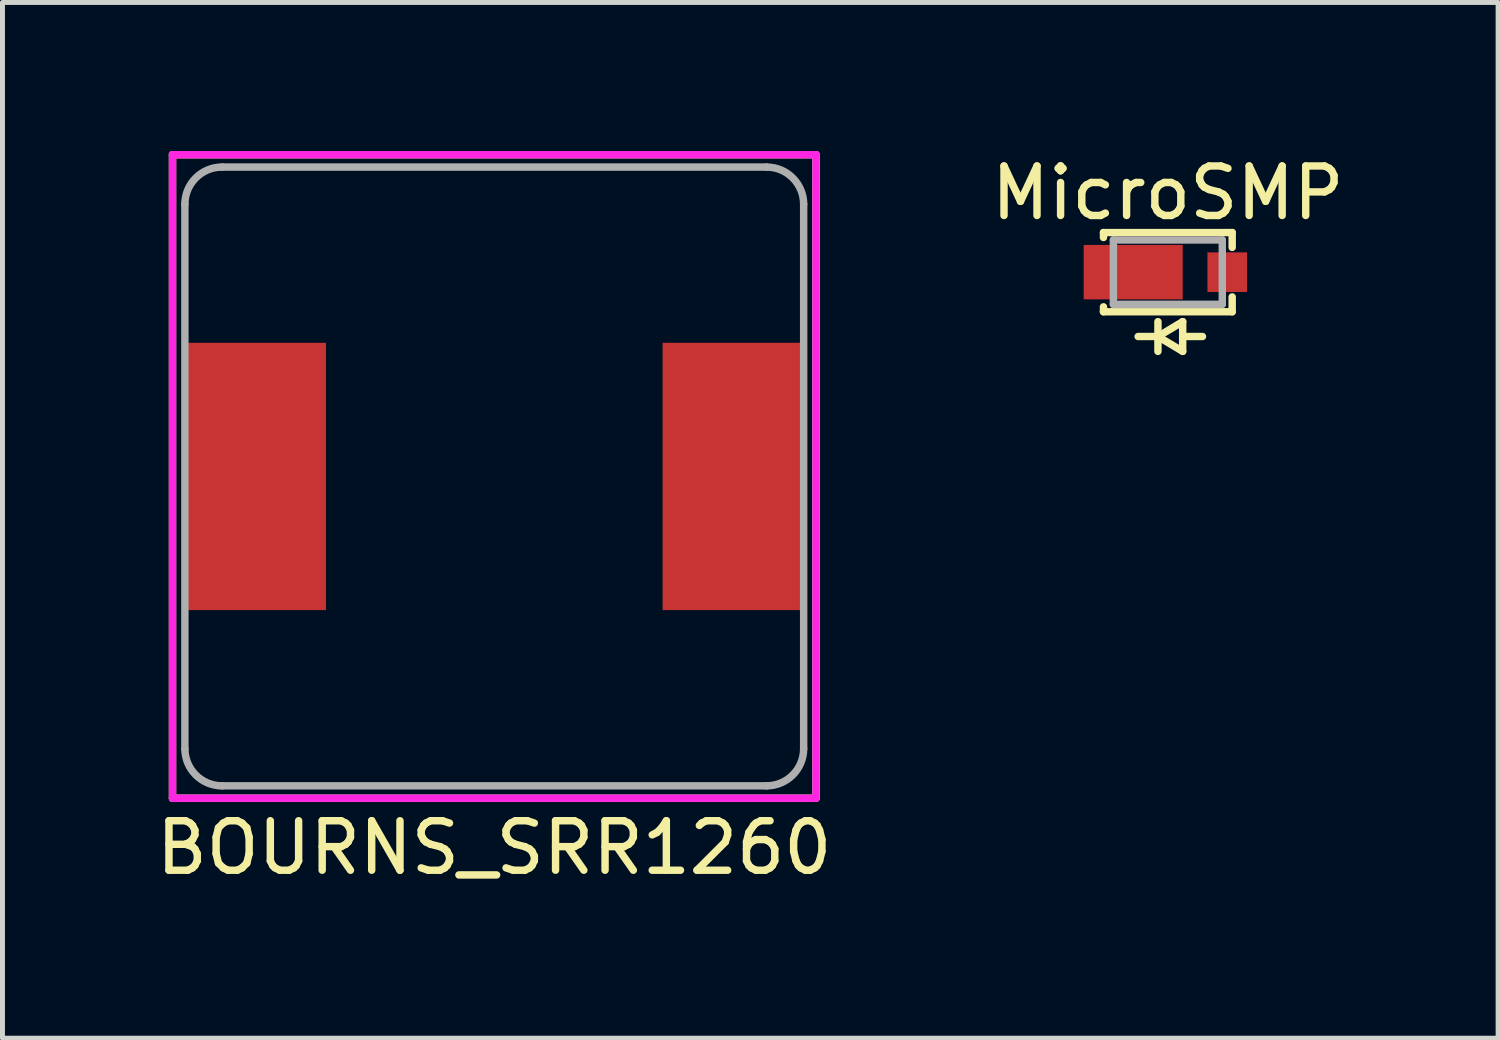
<source format=kicad_pcb>
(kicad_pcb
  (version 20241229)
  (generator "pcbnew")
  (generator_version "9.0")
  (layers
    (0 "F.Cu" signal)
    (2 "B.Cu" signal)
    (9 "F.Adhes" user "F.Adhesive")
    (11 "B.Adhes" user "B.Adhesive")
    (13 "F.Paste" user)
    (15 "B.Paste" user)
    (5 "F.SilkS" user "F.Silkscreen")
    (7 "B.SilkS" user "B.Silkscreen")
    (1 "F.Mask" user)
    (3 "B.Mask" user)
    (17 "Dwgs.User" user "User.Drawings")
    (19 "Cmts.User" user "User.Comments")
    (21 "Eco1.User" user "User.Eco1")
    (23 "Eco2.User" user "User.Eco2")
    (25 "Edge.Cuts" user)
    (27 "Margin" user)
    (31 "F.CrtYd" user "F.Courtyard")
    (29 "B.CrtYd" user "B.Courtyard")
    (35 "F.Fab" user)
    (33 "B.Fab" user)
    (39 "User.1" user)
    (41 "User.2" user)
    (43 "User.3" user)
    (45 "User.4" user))
  (footprint "BOURNS_SRR1260"
    (layer "F.Cu")
    (at 6.935 6.575)
    (property "Reference" "BOURNS_SRR1260" (at 0 7.5 0) (layer "F.SilkS") (effects (font (size 1 1) (thickness 0.15))))
    (attr through_hole)
    (fp_line (start -6.5 -6.5) (end 6.5 -6.5) (stroke (width 0.15) (type solid)) (layer "F.SilkS"))
    (fp_line (start -6.5 6.5) (end -6.5 -6.5) (stroke (width 0.15) (type solid)) (layer "F.SilkS"))
    (fp_line (start 6.5 -6.5) (end 6.5 6.5) (stroke (width 0.15) (type solid)) (layer "F.SilkS"))
    (fp_line (start 6.5 6.5) (end -6.5 6.5) (stroke (width 0.15) (type solid)) (layer "F.SilkS"))
    (fp_line (start -6.5 -6.5) (end 6.5 -6.5) (stroke (width 0.15) (type solid)) (layer "F.CrtYd"))
    (fp_line (start -6.5 6.5) (end -6.5 -6.5) (stroke (width 0.15) (type solid)) (layer "F.CrtYd"))
    (fp_line (start 6.5 -6.5) (end 6.5 6.5) (stroke (width 0.15) (type solid)) (layer "F.CrtYd"))
    (fp_line (start 6.5 6.5) (end -6.5 6.5) (stroke (width 0.15) (type solid)) (layer "F.CrtYd"))
    (fp_line (start -6.25 5.5) (end -6.25 -5.5) (stroke (width 0.15) (type solid)) (layer "F.Fab"))
    (fp_line (start -5.5 -6.25) (end 5.5 -6.25) (stroke (width 0.15) (type solid)) (layer "F.Fab"))
    (fp_line (start 5.5 6.25) (end -5.5 6.25) (stroke (width 0.15) (type solid)) (layer "F.Fab"))
    (fp_line (start 6.25 -5.5) (end 6.25 5.5) (stroke (width 0.15) (type solid)) (layer "F.Fab"))
    (fp_arc (start -6.25 -5.5) (mid -6.03033 -6.03033) (end -5.5 -6.25) (stroke (width 0.15) (type solid)) (layer "F.Fab"))
    (fp_arc (start -5.5 6.25) (mid -6.03033 6.03033) (end -6.25 5.5) (stroke (width 0.15) (type solid)) (layer "F.Fab"))
    (fp_arc (start 5.5 -6.25) (mid 6.03033 -6.03033) (end 6.25 -5.5) (stroke (width 0.15) (type solid)) (layer "F.Fab"))
    (fp_arc (start 6.25 5.5) (mid 6.03033 6.03033) (end 5.5 6.25) (stroke (width 0.15) (type solid)) (layer "F.Fab"))
    (pad "1" smd rect (at -4.85 0) (size 2.9 5.4) (layers "F.Cu" "F.Mask" "F.Paste"))
    (pad "2" smd rect (at 4.85 0) (size 2.9 5.4) (layers "F.Cu" "F.Mask" "F.Paste")))
  (footprint "MicroSMP"
    (layer "F.Cu")
    (at 20.542 2.448)
    (property "Reference" "MicroSMP" (at 0 -1.6 0) (layer "F.SilkS") (effects (font (size 1 1) (thickness 0.15))))
    (attr through_hole)
    (fp_line (start -1.3 -0.8) (end 1.3 -0.8) (stroke (width 0.15) (type solid)) (layer "F.SilkS"))
    (fp_line (start -1.3 -0.7) (end -1.3 -0.8) (stroke (width 0.15) (type solid)) (layer "F.SilkS"))
    (fp_line (start -1.3 0.8) (end -1.3 0.7) (stroke (width 0.15) (type solid)) (layer "F.SilkS"))
    (fp_line (start -0.6 1.3) (end -0.2 1.3) (stroke (width 0.15) (type solid)) (layer "F.SilkS"))
    (fp_line (start -0.2 1) (end -0.2 1.6) (stroke (width 0.15) (type solid)) (layer "F.SilkS"))
    (fp_line (start -0.2 1.3) (end 0.3 1) (stroke (width 0.15) (type solid)) (layer "F.SilkS"))
    (fp_line (start 0.3 1) (end 0.3 1.6) (stroke (width 0.15) (type solid)) (layer "F.SilkS"))
    (fp_line (start 0.3 1.3) (end 0.7 1.3) (stroke (width 0.15) (type solid)) (layer "F.SilkS"))
    (fp_line (start 0.3 1.6) (end -0.2 1.3) (stroke (width 0.15) (type solid)) (layer "F.SilkS"))
    (fp_line (start 1.3 -0.8) (end 1.3 -0.5) (stroke (width 0.15) (type solid)) (layer "F.SilkS"))
    (fp_line (start 1.3 0.5) (end 1.3 0.8) (stroke (width 0.15) (type solid)) (layer "F.SilkS"))
    (fp_line (start 1.3 0.8) (end -1.3 0.8) (stroke (width 0.15) (type solid)) (layer "F.SilkS"))
    (fp_line (start -1.1 -0.65) (end -1.1 0.65) (stroke (width 0.15) (type solid)) (layer "F.Fab"))
    (fp_line (start -1.1 0.65) (end 1.1 0.65) (stroke (width 0.15) (type solid)) (layer "F.Fab"))
    (fp_line (start 1.1 -0.65) (end -1.1 -0.65) (stroke (width 0.15) (type solid)) (layer "F.Fab"))
    (fp_line (start 1.1 0.65) (end 1.1 -0.65) (stroke (width 0.15) (type solid)) (layer "F.Fab"))
    (pad "1" smd rect (at -0.7 0) (size 2 1.1) (layers "F.Cu" "F.Mask" "F.Paste"))
    (pad "2" smd rect (at 1.2 0) (size 0.8 0.8) (layers "F.Cu" "F.Mask" "F.Paste")))
  (gr_rect
    (start -3 -3)
    (end 27.214 17.923)
    (stroke (width 0.1) (type default))
    (fill no)
    (layer "Edge.Cuts")))
</source>
